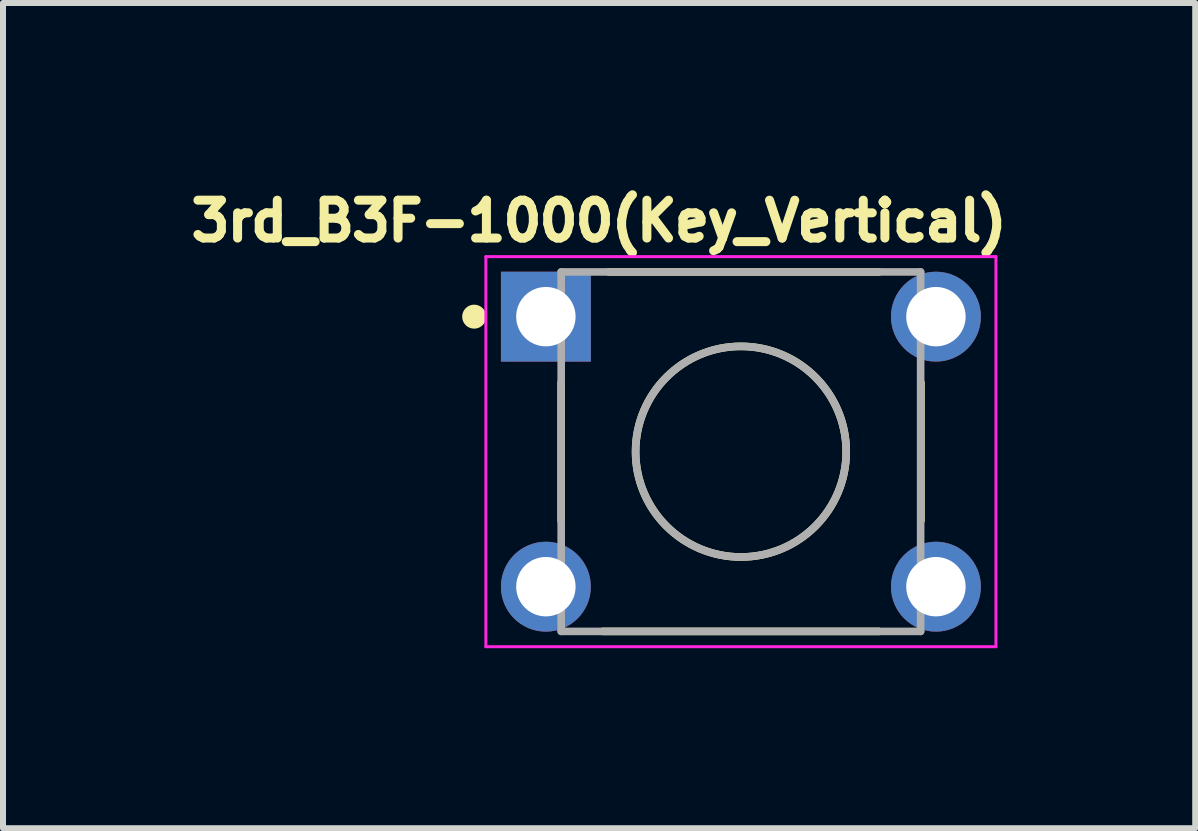
<source format=kicad_pcb>
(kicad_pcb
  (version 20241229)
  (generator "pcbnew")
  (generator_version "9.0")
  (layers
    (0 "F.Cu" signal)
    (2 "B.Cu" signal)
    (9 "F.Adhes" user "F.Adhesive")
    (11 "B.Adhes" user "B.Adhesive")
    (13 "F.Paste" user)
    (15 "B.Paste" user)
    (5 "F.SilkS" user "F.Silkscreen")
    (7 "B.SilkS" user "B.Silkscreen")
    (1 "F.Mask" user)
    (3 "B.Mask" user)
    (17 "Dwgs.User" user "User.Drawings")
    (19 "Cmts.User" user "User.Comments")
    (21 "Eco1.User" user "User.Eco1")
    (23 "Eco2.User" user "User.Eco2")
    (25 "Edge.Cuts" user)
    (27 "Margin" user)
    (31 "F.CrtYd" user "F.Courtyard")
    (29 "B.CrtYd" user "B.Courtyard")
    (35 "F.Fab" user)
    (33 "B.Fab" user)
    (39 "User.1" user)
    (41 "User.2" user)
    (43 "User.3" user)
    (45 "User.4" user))
  (footprint "3rd_B3F-1000(Key_Vertical)"
    (layer "F.Cu")
    (at 9.297 4.477)
    (property "Reference" "3rd_B3F-1000(Key_Vertical)" (at -2.363 -3.844 0) (layer "F.SilkS") (effects (font (size 0.631 0.631) (thickness 0.15))))
    (attr through_hole)
    (fp_line (start -2.995 -1.15) (end -2.995 1.15) (stroke (width 0.127) (type solid)) (layer "F.SilkS"))
    (fp_line (start -2.2 -2.995) (end 2.3 -2.995) (stroke (width 0.127) (type solid)) (layer "F.SilkS"))
    (fp_line (start 2.3 2.995) (end -2.3 2.995) (stroke (width 0.127) (type solid)) (layer "F.SilkS"))
    (fp_line (start 3 -1.15) (end 3 1.15) (stroke (width 0.127) (type solid)) (layer "F.SilkS"))
    (fp_circle (center -4.445 -2.25) (end -4.345 -2.25) (stroke (width 0.2) (type solid)) (fill no) (layer "F.SilkS"))
    (fp_circle (center 0 0) (end 1.755 0) (stroke (width 0.127) (type solid)) (fill no) (layer "F.SilkS"))
    (fp_line (start -4.25 -3.25) (end -4.25 3.25) (stroke (width 0.05) (type solid)) (layer "F.CrtYd"))
    (fp_line (start -4.25 3.25) (end 4.25 3.25) (stroke (width 0.05) (type solid)) (layer "F.CrtYd"))
    (fp_line (start 4.25 -3.25) (end -4.25 -3.25) (stroke (width 0.05) (type solid)) (layer "F.CrtYd"))
    (fp_line (start 4.25 3.25) (end 4.25 -3.25) (stroke (width 0.05) (type solid)) (layer "F.CrtYd"))
    (fp_line (start -2.995 -2.995) (end -2.995 2.995) (stroke (width 0.127) (type solid)) (layer "F.Fab"))
    (fp_line (start -2.995 2.995) (end 2.995 2.995) (stroke (width 0.127) (type solid)) (layer "F.Fab"))
    (fp_line (start 2.995 -2.995) (end -2.995 -2.995) (stroke (width 0.127) (type solid)) (layer "F.Fab"))
    (fp_line (start 2.995 2.995) (end 2.995 -2.995) (stroke (width 0.127) (type solid)) (layer "F.Fab"))
    (fp_circle (center 0 0) (end 1.755 0) (stroke (width 0.127) (type solid)) (fill no) (layer "F.Fab"))
    (pad "1" thru_hole rect (at -3.25 -2.25) (size 1.498 1.498) (drill 0.99) (layers "*.Cu" "*.Mask"))
    (pad "2" thru_hole circle (at 3.25 -2.25) (size 1.498 1.498) (drill 0.99) (layers "*.Cu" "*.Mask"))
    (pad "3" thru_hole circle (at -3.25 2.25) (size 1.498 1.498) (drill 0.99) (layers "*.Cu" "*.Mask"))
    (pad "4" thru_hole circle (at 3.25 2.25) (size 1.498 1.498) (drill 0.99) (layers "*.Cu" "*.Mask")))
  (gr_rect
    (start -3 -3)
    (end 16.868 10.752)
    (stroke (width 0.1) (type default))
    (fill no)
    (layer "Edge.Cuts")))
</source>
